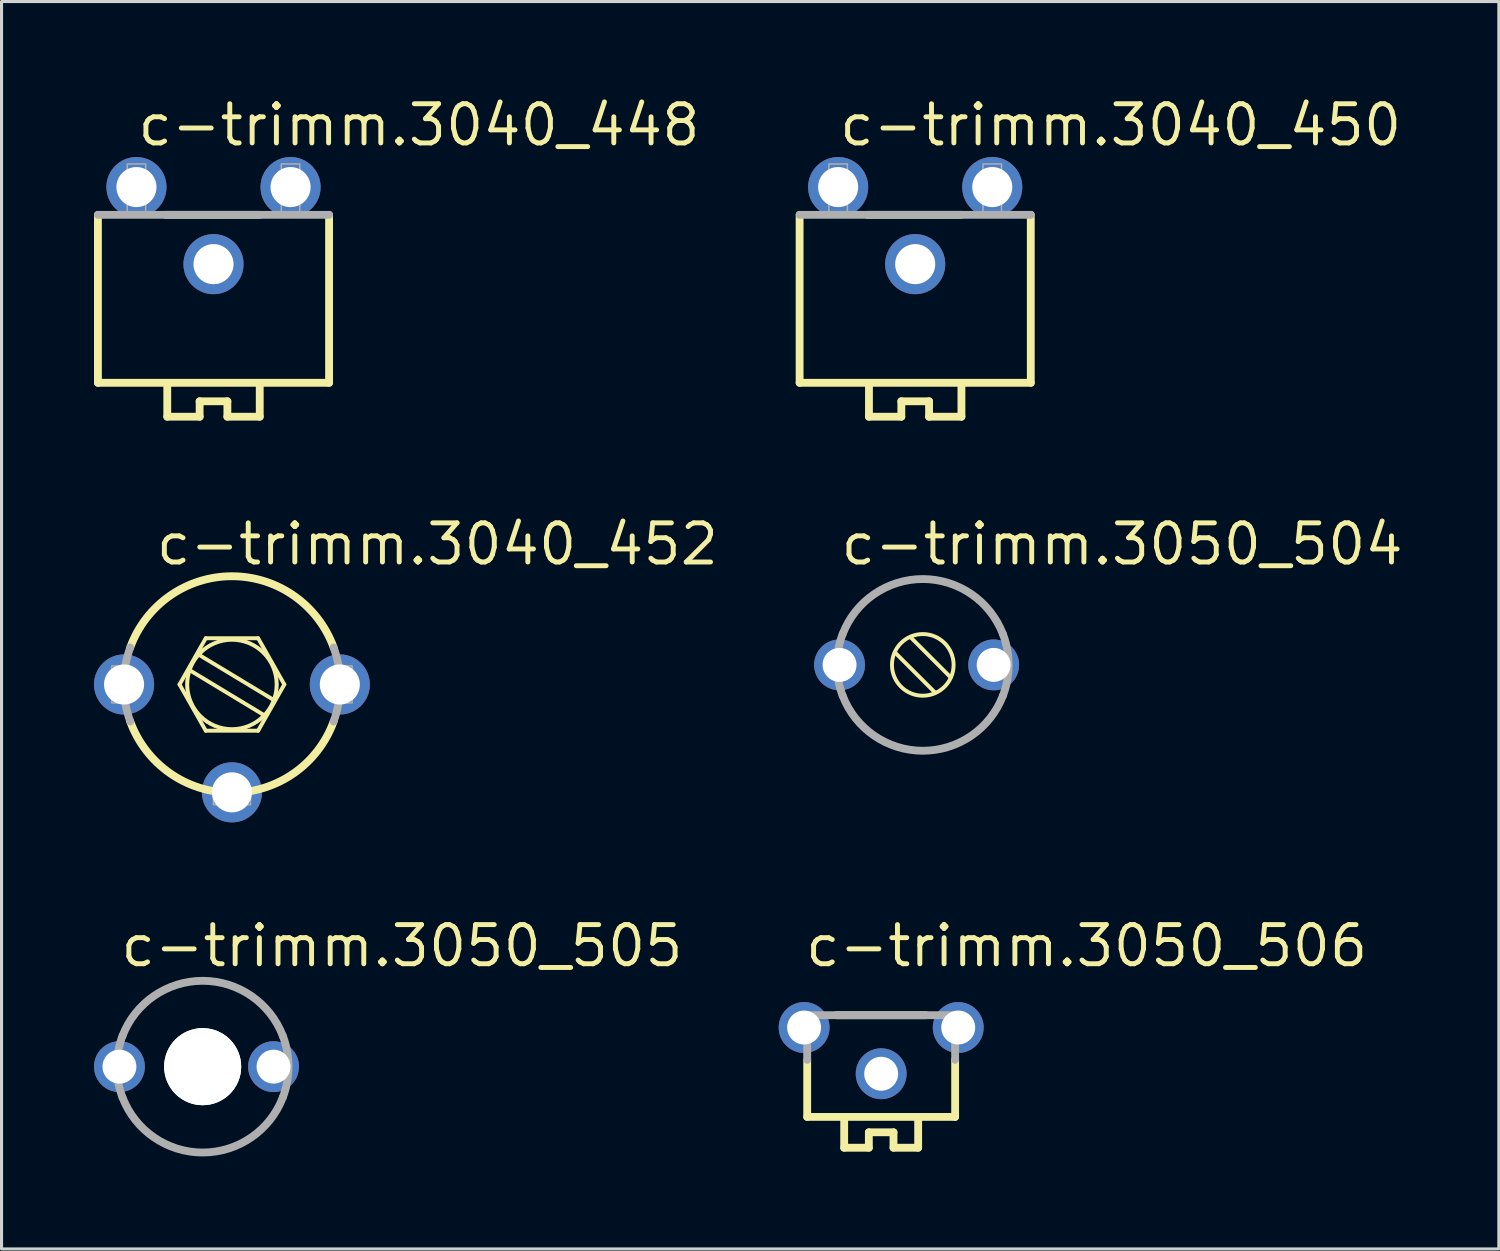
<source format=kicad_pcb>
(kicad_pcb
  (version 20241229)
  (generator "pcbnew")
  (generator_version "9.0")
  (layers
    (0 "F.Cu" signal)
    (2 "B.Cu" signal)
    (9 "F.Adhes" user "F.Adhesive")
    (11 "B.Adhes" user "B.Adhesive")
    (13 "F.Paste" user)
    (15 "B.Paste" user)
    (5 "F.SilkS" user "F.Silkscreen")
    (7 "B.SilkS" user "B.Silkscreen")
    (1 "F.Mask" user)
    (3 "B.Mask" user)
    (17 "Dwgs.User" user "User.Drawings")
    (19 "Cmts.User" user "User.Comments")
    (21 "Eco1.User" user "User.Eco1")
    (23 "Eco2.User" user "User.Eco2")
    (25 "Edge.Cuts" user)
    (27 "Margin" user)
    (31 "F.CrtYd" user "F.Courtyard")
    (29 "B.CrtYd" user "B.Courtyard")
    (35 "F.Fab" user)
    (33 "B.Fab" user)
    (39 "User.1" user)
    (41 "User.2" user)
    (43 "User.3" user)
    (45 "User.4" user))
  (footprint "c-trimm.3040_450"
    (layer "F.Cu")
    (at 26.643 6.83)
    (property "Reference" "c-trimm.3040_450" (at -2.54 -5.08 0) (layer "F.SilkS") (effects (font (size 1.27 1.27) (thickness 0.16)) (justify left bottom)))
    (attr through_hole)
    (fp_line (start -3.75 2.54) (end -3.75 -2.91) (stroke (width 0.254) (type default)) (layer "F.SilkS"))
    (fp_line (start -1.55 -2.91) (end 1.5 -2.91) (stroke (width 0.254) (type default)) (layer "F.SilkS"))
    (fp_line (start -1.5 2.64) (end -1.5 3.64) (stroke (width 0.254) (type default)) (layer "F.SilkS"))
    (fp_line (start -1.5 3.64) (end -0.45 3.64) (stroke (width 0.254) (type default)) (layer "F.SilkS"))
    (fp_line (start -0.45 3.14) (end 0.45 3.14) (stroke (width 0.254) (type default)) (layer "F.SilkS"))
    (fp_line (start -0.45 3.64) (end -0.45 3.14) (stroke (width 0.254) (type default)) (layer "F.SilkS"))
    (fp_line (start 0.45 3.14) (end 0.45 3.64) (stroke (width 0.254) (type default)) (layer "F.SilkS"))
    (fp_line (start 0.45 3.64) (end 1.5 3.64) (stroke (width 0.254) (type default)) (layer "F.SilkS"))
    (fp_line (start 1.5 3.64) (end 1.5 2.64) (stroke (width 0.254) (type default)) (layer "F.SilkS"))
    (fp_line (start 3.75 -2.91) (end 3.75 2.54) (stroke (width 0.254) (type default)) (layer "F.SilkS"))
    (fp_line (start 3.75 2.54) (end -3.75 2.54) (stroke (width 0.254) (type default)) (layer "F.SilkS"))
    (fp_line (start -3.75 -2.91) (end 3.75 -2.91) (stroke (width 0.254) (type default)) (layer "F.Fab"))
    (fp_rect (start -2.8 -3.01) (end -2.2 -4.56) (stroke (width 0.05) (type default)) (fill no) (layer "F.Fab"))
    (fp_rect (start 2.2 -3.01) (end 2.8 -4.56) (stroke (width 0.05) (type default)) (fill no) (layer "F.Fab"))
    (pad "1A" thru_hole circle (at -2.5 -3.81) (size 1.95 1.95) (drill 1.3) (layers "*.Cu" "*.Mask"))
    (pad "1B" thru_hole circle (at 2.5 -3.81) (size 1.95 1.95) (drill 1.3) (layers "*.Cu" "*.Mask"))
    (pad "2" thru_hole circle (at 0 -1.31) (size 1.95 1.95) (drill 1.3) (layers "*.Cu" "*.Mask")))
  (footprint "c-trimm.3040_452"
    (layer "F.Cu")
    (at 4.475 19.157)
    (property "Reference" "c-trimm.3040_452" (at -2.54 -3.81 0) (layer "F.SilkS") (effects (font (size 1.27 1.27) (thickness 0.16)) (justify left bottom)))
    (attr through_hole)
    (fp_line (start -1.7 0) (end -0.85 1.5) (stroke (width 0.127) (type default)) (layer "F.SilkS"))
    (fp_line (start -1.35 -0.45) (end 1.05 1) (stroke (width 0.127) (type default)) (layer "F.SilkS"))
    (fp_line (start -1.05 -0.95) (end 1.35 0.5) (stroke (width 0.127) (type default)) (layer "F.SilkS"))
    (fp_line (start -0.85 -1.5) (end -1.7 0) (stroke (width 0.127) (type default)) (layer "F.SilkS"))
    (fp_line (start -0.85 -1.5) (end 0.85 -1.5) (stroke (width 0.127) (type default)) (layer "F.SilkS"))
    (fp_line (start -0.85 1.5) (end 0.85 1.5) (stroke (width 0.127) (type default)) (layer "F.SilkS"))
    (fp_line (start 0.85 1.5) (end 1.7 0) (stroke (width 0.127) (type default)) (layer "F.SilkS"))
    (fp_line (start 1.7 0) (end 0.85 -1.5) (stroke (width 0.127) (type default)) (layer "F.SilkS"))
    (fp_arc (start -3.3 -1.2) (mid 0 -3.51141) (end 3.3 -1.2) (stroke (width 0.254) (type default)) (layer "F.SilkS"))
    (fp_arc (start 3.3 1.2) (mid 0 3.51141) (end -3.3 1.2) (stroke (width 0.254) (type default)) (layer "F.SilkS"))
    (fp_circle (center 0 0) (end 1.451 0) (stroke (width 0.127) (type default)) (fill no) (layer "F.SilkS"))
    (fp_circle (center 0 0) (end 1.5 0) (stroke (width 0.01) (type default)) (fill no) (layer "F.SilkS"))
    (fp_rect (start -3.9 0.6) (end -3.5 -0.6) (stroke (width 0.05) (type default)) (fill no) (layer "F.Fab"))
    (fp_rect (start -0.6 3.9) (end 0.6 3.5) (stroke (width 0.05) (type default)) (fill no) (layer "F.Fab"))
    (fp_rect (start 3.5 0.6) (end 3.9 -0.6) (stroke (width 0.05) (type default)) (fill no) (layer "F.Fab"))
    (fp_arc (start -3.3 1.2) (mid -3.51141 0) (end -3.3 -1.2) (stroke (width 0.254) (type default)) (layer "F.Fab"))
    (fp_arc (start 3.3 -1.2) (mid 3.51141 0) (end 3.3 1.2) (stroke (width 0.254) (type default)) (layer "F.Fab"))
    (pad "1A" thru_hole circle (at -3.5 0) (size 1.95 1.95) (drill 1.3) (layers "*.Cu" "*.Mask"))
    (pad "1B" thru_hole circle (at 3.5 0) (size 1.95 1.95) (drill 1.3) (layers "*.Cu" "*.Mask"))
    (pad "2" thru_hole circle (at 0 3.5) (size 1.95 1.95) (drill 1.3) (layers "*.Cu" "*.Mask")))
  (footprint "c-trimm.3040_448"
    (layer "F.Cu")
    (at 3.877 6.83)
    (property "Reference" "c-trimm.3040_448" (at -2.54 -5.08 0) (layer "F.SilkS") (effects (font (size 1.27 1.27) (thickness 0.16)) (justify left bottom)))
    (attr through_hole)
    (fp_line (start -3.75 2.54) (end -3.75 -2.91) (stroke (width 0.254) (type default)) (layer "F.SilkS"))
    (fp_line (start -1.55 -2.91) (end 1.5 -2.91) (stroke (width 0.254) (type default)) (layer "F.SilkS"))
    (fp_line (start -1.5 2.64) (end -1.5 3.64) (stroke (width 0.254) (type default)) (layer "F.SilkS"))
    (fp_line (start -1.5 3.64) (end -0.45 3.64) (stroke (width 0.254) (type default)) (layer "F.SilkS"))
    (fp_line (start -0.45 3.14) (end 0.45 3.14) (stroke (width 0.254) (type default)) (layer "F.SilkS"))
    (fp_line (start -0.45 3.64) (end -0.45 3.14) (stroke (width 0.254) (type default)) (layer "F.SilkS"))
    (fp_line (start 0.45 3.14) (end 0.45 3.64) (stroke (width 0.254) (type default)) (layer "F.SilkS"))
    (fp_line (start 0.45 3.64) (end 1.5 3.64) (stroke (width 0.254) (type default)) (layer "F.SilkS"))
    (fp_line (start 1.5 3.64) (end 1.5 2.64) (stroke (width 0.254) (type default)) (layer "F.SilkS"))
    (fp_line (start 3.75 -2.91) (end 3.75 2.54) (stroke (width 0.254) (type default)) (layer "F.SilkS"))
    (fp_line (start 3.75 2.54) (end -3.75 2.54) (stroke (width 0.254) (type default)) (layer "F.SilkS"))
    (fp_line (start -3.75 -2.91) (end 3.75 -2.91) (stroke (width 0.254) (type default)) (layer "F.Fab"))
    (fp_rect (start -2.8 -3.01) (end -2.2 -4.56) (stroke (width 0.05) (type default)) (fill no) (layer "F.Fab"))
    (fp_rect (start 2.2 -3.01) (end 2.8 -4.56) (stroke (width 0.05) (type default)) (fill no) (layer "F.Fab"))
    (pad "1A" thru_hole circle (at -2.5 -3.81) (size 1.95 1.95) (drill 1.3) (layers "*.Cu" "*.Mask"))
    (pad "1B" thru_hole circle (at 2.5 -3.81) (size 1.95 1.95) (drill 1.3) (layers "*.Cu" "*.Mask"))
    (pad "2" thru_hole circle (at 0 -1.31) (size 1.95 1.95) (drill 1.3) (layers "*.Cu" "*.Mask")))
  (footprint "c-trimm.3050_505"
    (layer "F.Cu")
    (at 3.325 31.557)
    (property "Reference" "c-trimm.3050_505" (at -2.54 -3.175 0) (layer "F.SilkS") (effects (font (size 1.27 1.27) (thickness 0.16)) (justify left bottom)))
    (attr through_hole)
    (fp_line (start -0.7 -0.4) (end 0.6 0.9) (stroke (width 0.127) (type default)) (layer "F.SilkS"))
    (fp_line (start -0.2 -0.9) (end 1.1 0.4) (stroke (width 0.127) (type default)) (layer "F.SilkS"))
    (fp_circle (center 0.2 0) (end 1.2 0) (stroke (width 0.127) (type default)) (fill no) (layer "F.SilkS"))
    (fp_arc (start -2.4 -1) (mid 0.2 -2.785678) (end 2.8 -1) (stroke (width 0.254) (type default)) (layer "F.Fab"))
    (fp_arc (start -2.4 1) (mid -2.585678 0) (end -2.4 -1) (stroke (width 0.254) (type default)) (layer "F.Fab"))
    (fp_arc (start 2.8 -1) (mid 2.985678 0) (end 2.8 1) (stroke (width 0.254) (type default)) (layer "F.Fab"))
    (fp_arc (start 2.8 1) (mid 0.2 2.785678) (end -2.4 1) (stroke (width 0.254) (type default)) (layer "F.Fab"))
    (pad "" np_thru_hole circle (at 0.2 0) (size 2.5 2.5) (drill 2.5) (layers "*.Cu" "*.Mask"))
    (pad "" np_thru_hole circle (at 0.2 0) (size 2.5 2.5) (drill 2.5) (layers "*.Cu" "*.Mask"))
    (pad "1" thru_hole circle (at -2.5 0) (size 1.65 1.65) (drill 1.1) (layers "*.Cu" "*.Mask"))
    (pad "2" thru_hole circle (at 2.5 0) (size 1.65 1.65) (drill 1.1) (layers "*.Cu" "*.Mask")))
  (footprint "c-trimm.3050_506"
    (layer "F.Cu")
    (at 25.539 31.557)
    (property "Reference" "c-trimm.3050_506" (at -2.54 -3.175 0) (layer "F.SilkS") (effects (font (size 1.27 1.27) (thickness 0.16)) (justify left bottom)))
    (attr through_hole)
    (fp_line (start -2.4 -0.22) (end -2.4 1.63) (stroke (width 0.254) (type default)) (layer "F.SilkS"))
    (fp_line (start -1.45 -1.67) (end 1.45 -1.67) (stroke (width 0.254) (type default)) (layer "F.SilkS"))
    (fp_line (start -1.2 1.63) (end -2.4 1.63) (stroke (width 0.254) (type default)) (layer "F.SilkS"))
    (fp_line (start -1.2 1.63) (end 1.2 1.63) (stroke (width 0.254) (type default)) (layer "F.SilkS"))
    (fp_line (start -1.2 2.63) (end -1.2 1.63) (stroke (width 0.254) (type default)) (layer "F.SilkS"))
    (fp_line (start -1.2 2.63) (end -0.4 2.63) (stroke (width 0.254) (type default)) (layer "F.SilkS"))
    (fp_line (start -0.4 2.13) (end 0.4 2.13) (stroke (width 0.254) (type default)) (layer "F.SilkS"))
    (fp_line (start -0.4 2.63) (end -0.4 2.13) (stroke (width 0.254) (type default)) (layer "F.SilkS"))
    (fp_line (start 0.4 2.13) (end 0.4 2.63) (stroke (width 0.254) (type default)) (layer "F.SilkS"))
    (fp_line (start 0.4 2.63) (end 1.2 2.63) (stroke (width 0.254) (type default)) (layer "F.SilkS"))
    (fp_line (start 1.2 1.63) (end 1.2 2.63) (stroke (width 0.254) (type default)) (layer "F.SilkS"))
    (fp_line (start 1.2 1.63) (end 2.4 1.63) (stroke (width 0.254) (type default)) (layer "F.SilkS"))
    (fp_line (start 2.4 1.63) (end 2.4 -0.22) (stroke (width 0.254) (type default)) (layer "F.SilkS"))
    (fp_line (start -2.4 -0.22) (end -2.4 -1.67) (stroke (width 0.254) (type default)) (layer "F.Fab"))
    (fp_line (start 2.4 -1.67) (end -2.4 -1.67) (stroke (width 0.254) (type default)) (layer "F.Fab"))
    (fp_line (start 2.4 -0.22) (end 2.4 -1.67) (stroke (width 0.254) (type default)) (layer "F.Fab"))
    (pad "1A" thru_hole circle (at -2.5 -1.27) (size 1.65 1.65) (drill 1.1) (layers "*.Cu" "*.Mask"))
    (pad "1B" thru_hole circle (at 2.5 -1.27) (size 1.65 1.65) (drill 1.1) (layers "*.Cu" "*.Mask"))
    (pad "2" thru_hole circle (at 0 0.23) (size 1.65 1.65) (drill 1.1) (layers "*.Cu" "*.Mask")))
  (footprint "c-trimm.3050_504"
    (layer "F.Cu")
    (at 26.689 18.522)
    (property "Reference" "c-trimm.3050_504" (at -2.54 -3.175 0) (layer "F.SilkS") (effects (font (size 1.27 1.27) (thickness 0.16)) (justify left bottom)))
    (attr through_hole)
    (fp_line (start -0.7 -0.4) (end 0.6 0.9) (stroke (width 0.127) (type default)) (layer "F.SilkS"))
    (fp_line (start -0.2 -0.9) (end 1.1 0.4) (stroke (width 0.127) (type default)) (layer "F.SilkS"))
    (fp_circle (center 0.2 0) (end 1.2 0) (stroke (width 0.127) (type default)) (fill no) (layer "F.SilkS"))
    (fp_arc (start -2.4 -1) (mid 0.2 -2.785678) (end 2.8 -1) (stroke (width 0.254) (type default)) (layer "F.Fab"))
    (fp_arc (start -2.4 1) (mid -2.585678 0) (end -2.4 -1) (stroke (width 0.254) (type default)) (layer "F.Fab"))
    (fp_arc (start 2.8 -1) (mid 2.985678 0) (end 2.8 1) (stroke (width 0.254) (type default)) (layer "F.Fab"))
    (fp_arc (start 2.8 1) (mid 0.2 2.785678) (end -2.4 1) (stroke (width 0.254) (type default)) (layer "F.Fab"))
    (pad "1" thru_hole circle (at -2.5 0) (size 1.65 1.65) (drill 1.1) (layers "*.Cu" "*.Mask"))
    (pad "2" thru_hole circle (at 2.5 0) (size 1.65 1.65) (drill 1.1) (layers "*.Cu" "*.Mask")))
  (gr_rect
    (start -3 -3)
    (end 45.579 37.47)
    (stroke (width 0.1) (type default))
    (fill no)
    (layer "Edge.Cuts")))
</source>
